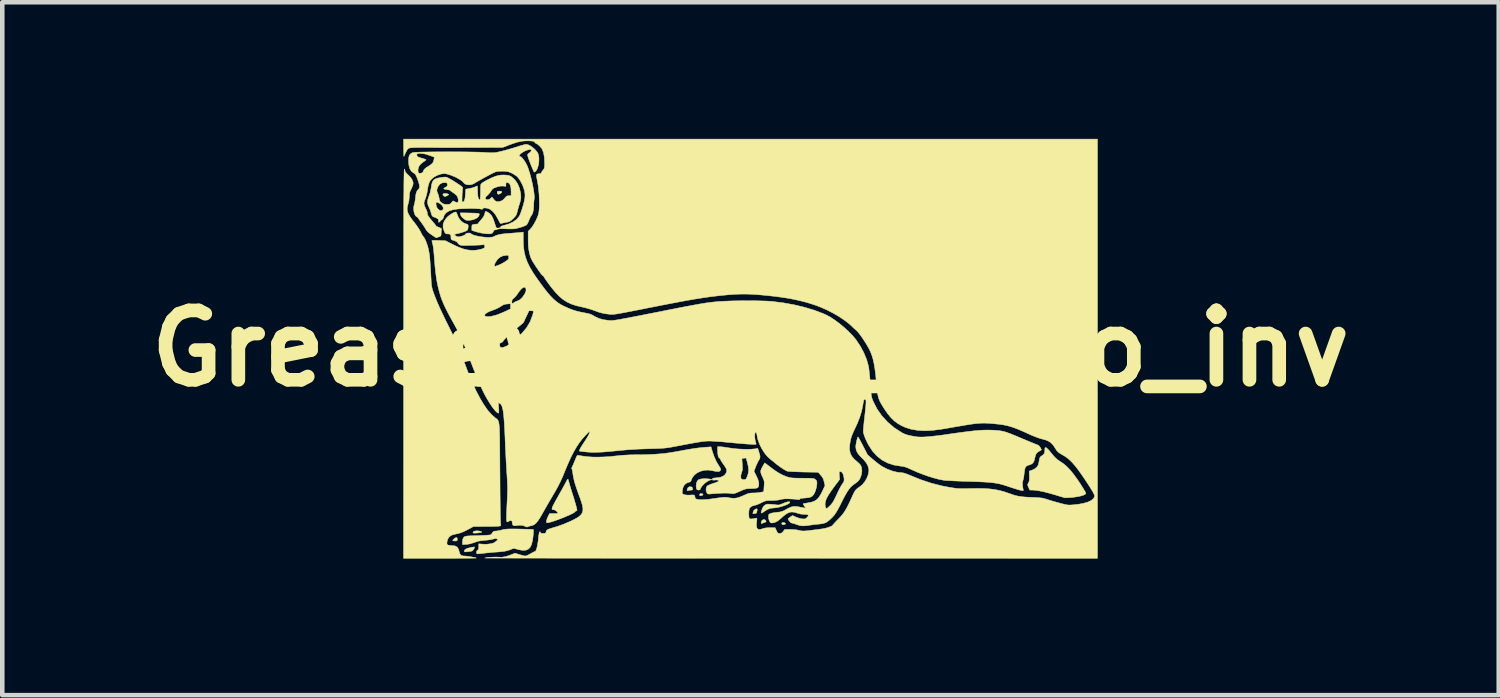
<source format=kicad_pcb>
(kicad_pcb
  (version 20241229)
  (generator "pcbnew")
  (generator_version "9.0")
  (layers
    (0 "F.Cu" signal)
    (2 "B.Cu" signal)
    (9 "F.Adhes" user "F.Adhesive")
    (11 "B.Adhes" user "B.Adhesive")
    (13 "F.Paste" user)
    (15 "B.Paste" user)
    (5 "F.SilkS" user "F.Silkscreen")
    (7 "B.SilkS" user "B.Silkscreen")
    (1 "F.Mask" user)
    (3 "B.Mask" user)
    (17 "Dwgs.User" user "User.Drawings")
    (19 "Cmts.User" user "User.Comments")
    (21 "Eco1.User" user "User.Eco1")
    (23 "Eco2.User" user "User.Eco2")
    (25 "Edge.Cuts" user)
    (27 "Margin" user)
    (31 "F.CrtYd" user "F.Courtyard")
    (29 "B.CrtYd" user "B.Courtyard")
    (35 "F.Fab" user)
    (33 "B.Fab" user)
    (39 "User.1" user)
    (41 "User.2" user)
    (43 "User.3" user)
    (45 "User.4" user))
  (footprint "Greaseweazle_Logo_inv"
    (layer "F.Cu")
    (at 13.433 4.602)
    (property "Reference" "Greaseweazle_Logo_inv" (at 0 0 0) (layer "F.SilkS") (effects (font (size 1.524 1.524) (thickness 0.3))))
    (attr through_hole)
    (fp_poly (pts (xy 0.751 3.829) (xy 0.766 3.842) (xy 0.766 3.858) (xy 0.754 3.866) (xy 0.717 3.874) (xy 0.693 3.866) (xy 0.686 3.848) (xy 0.692 3.829) (xy 0.715 3.823) (xy 0.723 3.823) (xy 0.751 3.829)) (stroke (width 0.01) (type solid)) (fill yes) (layer "F.SilkS"))
    (fp_poly (pts (xy -1.051 3.194) (xy -1.041 3.208) (xy -1.053 3.224) (xy -1.07 3.23) (xy -1.101 3.237) (xy -1.114 3.233) (xy -1.118 3.216) (xy -1.118 3.213) (xy -1.112 3.195) (xy -1.089 3.188) (xy -1.079 3.188) (xy -1.051 3.194)) (stroke (width 0.01) (type solid)) (fill yes) (layer "F.SilkS"))
    (fp_poly (pts (xy 0.327 3.77) (xy 0.342 3.797) (xy 0.343 3.805) (xy 0.331 3.814) (xy 0.298 3.827) (xy 0.257 3.841) (xy 0.237 3.845) (xy 0.232 3.835) (xy 0.236 3.814) (xy 0.251 3.778) (xy 0.277 3.762) (xy 0.3 3.759) (xy 0.327 3.77)) (stroke (width 0.01) (type solid)) (fill yes) (layer "F.SilkS"))
    (fp_poly (pts (xy -5.476 -3.451) (xy -5.462 -3.441) (xy -5.461 -3.436) (xy -5.472 -3.417) (xy -5.497 -3.399) (xy -5.526 -3.388) (xy -5.547 -3.387) (xy -5.559 -3.403) (xy -5.563 -3.424) (xy -5.56 -3.444) (xy -5.546 -3.452) (xy -5.515 -3.454) (xy -5.512 -3.454) (xy -5.476 -3.451)) (stroke (width 0.01) (type solid)) (fill yes) (layer "F.SilkS"))
    (fp_poly (pts (xy -6.674 -3.4) (xy -6.645 -3.392) (xy -6.629 -3.382) (xy -6.63 -3.374) (xy -6.644 -3.365) (xy -6.671 -3.351) (xy -6.674 -3.349) (xy -6.704 -3.337) (xy -6.725 -3.34) (xy -6.734 -3.346) (xy -6.756 -3.37) (xy -6.754 -3.39) (xy -6.73 -3.402) (xy -6.709 -3.403) (xy -6.674 -3.4)) (stroke (width 0.01) (type solid)) (fill yes) (layer "F.SilkS"))
    (fp_poly (pts (xy -6.444 4.161) (xy -6.439 4.19) (xy -6.439 4.191) (xy -6.441 4.215) (xy -6.452 4.226) (xy -6.479 4.229) (xy -6.49 4.229) (xy -6.522 4.227) (xy -6.539 4.221) (xy -6.54 4.219) (xy -6.531 4.2) (xy -6.508 4.178) (xy -6.481 4.16) (xy -6.46 4.153) (xy -6.444 4.161)) (stroke (width 0.01) (type solid)) (fill yes) (layer "F.SilkS"))
    (fp_poly (pts (xy -5.967 4.009) (xy -5.937 4.015) (xy -5.907 4.026) (xy -5.904 4.036) (xy -5.925 4.044) (xy -5.972 4.051) (xy -6.01 4.055) (xy -6.056 4.057) (xy -6.082 4.056) (xy -6.093 4.05) (xy -6.096 4.039) (xy -6.085 4.023) (xy -6.055 4.011) (xy -6.014 4.006) (xy -5.967 4.009)) (stroke (width 0.01) (type solid)) (fill yes) (layer "F.SilkS"))
    (fp_poly (pts (xy -1.287 3.045) (xy -1.275 3.064) (xy -1.272 3.077) (xy -1.273 3.102) (xy -1.287 3.111) (xy -1.293 3.111) (xy -1.323 3.114) (xy -1.359 3.12) (xy -1.386 3.124) (xy -1.395 3.118) (xy -1.391 3.098) (xy -1.391 3.098) (xy -1.373 3.058) (xy -1.347 3.04) (xy -1.316 3.038) (xy -1.287 3.045)) (stroke (width 0.01) (type solid)) (fill yes) (layer "F.SilkS"))
    (fp_poly (pts (xy 0.147 3.53) (xy 0.145 3.557) (xy 0.144 3.565) (xy 0.138 3.598) (xy 0.132 3.615) (xy 0.117 3.622) (xy 0.089 3.628) (xy 0.061 3.632) (xy 0.052 3.626) (xy 0.055 3.604) (xy 0.056 3.599) (xy 0.074 3.557) (xy 0.105 3.532) (xy 0.123 3.525) (xy 0.141 3.522) (xy 0.147 3.53)) (stroke (width 0.01) (type solid)) (fill yes) (layer "F.SilkS"))
    (fp_poly (pts (xy -6.062 4.361) (xy -6.062 4.376) (xy -6.074 4.401) (xy -6.092 4.428) (xy -6.111 4.446) (xy -6.118 4.45) (xy -6.143 4.455) (xy -6.182 4.461) (xy -6.213 4.465) (xy -6.256 4.469) (xy -6.278 4.467) (xy -6.286 4.459) (xy -6.287 4.455) (xy -6.278 4.428) (xy -6.252 4.405) (xy -6.204 4.387) (xy -6.161 4.376) (xy -6.116 4.367) (xy -6.081 4.361) (xy -6.063 4.36) (xy -6.062 4.361)) (stroke (width 0.01) (type solid)) (fill yes) (layer "F.SilkS"))
    (fp_poly (pts (xy -0.922 2.866) (xy -0.914 2.867) (xy -0.845 2.878) (xy -0.903 2.898) (xy -0.952 2.923) (xy -1.003 2.96) (xy -1.049 3.004) (xy -1.083 3.049) (xy -1.093 3.071) (xy -1.108 3.1) (xy -1.13 3.111) (xy -1.143 3.111) (xy -1.172 3.105) (xy -1.186 3.083) (xy -1.195 3.02) (xy -1.188 2.961) (xy -1.169 2.913) (xy -1.141 2.884) (xy -1.103 2.871) (xy -1.049 2.862) (xy -0.986 2.861) (xy -0.922 2.866)) (stroke (width 0.01) (type solid)) (fill yes) (layer "F.SilkS"))
    (fp_poly (pts (xy -6.325 -2.977) (xy -6.274 -2.976) (xy -6.21 -2.975) (xy -6.163 -2.974) (xy -6.086 -2.972) (xy -6.031 -2.97) (xy -5.995 -2.968) (xy -5.972 -2.964) (xy -5.961 -2.959) (xy -5.957 -2.951) (xy -5.956 -2.941) (xy -5.968 -2.904) (xy -6.001 -2.87) (xy -6.051 -2.842) (xy -6.113 -2.822) (xy -6.16 -2.814) (xy -6.205 -2.811) (xy -6.236 -2.813) (xy -6.261 -2.823) (xy -6.292 -2.844) (xy -6.301 -2.851) (xy -6.344 -2.891) (xy -6.366 -2.928) (xy -6.368 -2.936) (xy -6.372 -2.964) (xy -6.373 -2.977) (xy -6.372 -2.977) (xy -6.359 -2.978) (xy -6.325 -2.977)) (stroke (width 0.01) (type solid)) (fill yes) (layer "F.SilkS"))
    (fp_poly (pts (xy 0.862 3.372) (xy 0.862 3.384) (xy 0.847 3.403) (xy 0.811 3.424) (xy 0.761 3.445) (xy 0.701 3.466) (xy 0.637 3.484) (xy 0.572 3.497) (xy 0.514 3.504) (xy 0.492 3.505) (xy 0.428 3.514) (xy 0.363 3.541) (xy 0.293 3.587) (xy 0.258 3.611) (xy 0.239 3.617) (xy 0.233 3.606) (xy 0.237 3.585) (xy 0.261 3.511) (xy 0.292 3.461) (xy 0.333 3.431) (xy 0.364 3.421) (xy 0.396 3.42) (xy 0.444 3.422) (xy 0.499 3.427) (xy 0.515 3.429) (xy 0.568 3.436) (xy 0.605 3.439) (xy 0.634 3.436) (xy 0.663 3.426) (xy 0.7 3.411) (xy 0.747 3.391) (xy 0.793 3.376) (xy 0.821 3.369) (xy 0.851 3.366) (xy 0.862 3.372)) (stroke (width 0.01) (type solid)) (fill yes) (layer "F.SilkS"))
    (fp_poly (pts (xy -4.004 2.881) (xy -3.995 2.91) (xy -3.988 2.937) (xy -3.978 2.973) (xy -3.963 3.026) (xy -3.943 3.092) (xy -3.921 3.163) (xy -3.911 3.194) (xy -3.884 3.278) (xy -3.86 3.359) (xy -3.839 3.431) (xy -3.823 3.492) (xy -3.813 3.537) (xy -3.81 3.559) (xy -3.82 3.568) (xy -3.828 3.569) (xy -3.848 3.578) (xy -3.862 3.595) (xy -3.881 3.61) (xy -3.92 3.631) (xy -3.975 3.657) (xy -4.041 3.686) (xy -4.114 3.717) (xy -4.191 3.746) (xy -4.266 3.774) (xy -4.335 3.798) (xy -4.395 3.816) (xy -4.441 3.827) (xy -4.442 3.827) (xy -4.47 3.83) (xy -4.481 3.822) (xy -4.483 3.799) (xy -4.477 3.769) (xy -4.463 3.727) (xy -4.448 3.695) (xy -4.413 3.626) (xy -4.321 3.627) (xy -4.277 3.626) (xy -4.244 3.622) (xy -4.229 3.617) (xy -4.229 3.617) (xy -4.239 3.596) (xy -4.264 3.572) (xy -4.295 3.552) (xy -4.322 3.543) (xy -4.323 3.543) (xy -4.341 3.542) (xy -4.354 3.538) (xy -4.36 3.528) (xy -4.359 3.511) (xy -4.35 3.483) (xy -4.331 3.443) (xy -4.303 3.388) (xy -4.263 3.317) (xy -4.213 3.227) (xy -4.191 3.188) (xy -4.152 3.119) (xy -4.116 3.053) (xy -4.084 2.996) (xy -4.061 2.952) (xy -4.05 2.931) (xy -4.032 2.897) (xy -4.018 2.875) (xy -4.012 2.87) (xy -4.004 2.881)) (stroke (width 0.01) (type solid)) (fill yes) (layer "F.SilkS"))
    (fp_poly (pts (xy 6.513 2.195) (xy 6.548 2.23) (xy 6.595 2.286) (xy 6.61 2.304) (xy 6.661 2.366) (xy 6.705 2.411) (xy 6.746 2.446) (xy 6.79 2.476) (xy 6.799 2.482) (xy 6.875 2.533) (xy 6.948 2.596) (xy 7.022 2.673) (xy 7.1 2.769) (xy 7.183 2.884) (xy 7.222 2.942) (xy 7.265 3.009) (xy 7.303 3.069) (xy 7.334 3.12) (xy 7.356 3.158) (xy 7.366 3.179) (xy 7.366 3.181) (xy 7.354 3.201) (xy 7.318 3.221) (xy 7.262 3.239) (xy 7.188 3.255) (xy 7.098 3.268) (xy 7.035 3.274) (xy 6.983 3.278) (xy 6.937 3.28) (xy 6.907 3.279) (xy 6.902 3.279) (xy 6.882 3.274) (xy 6.842 3.262) (xy 6.787 3.246) (xy 6.724 3.227) (xy 6.695 3.218) (xy 6.573 3.183) (xy 6.458 3.153) (xy 6.356 3.131) (xy 6.269 3.117) (xy 6.202 3.112) (xy 6.198 3.111) (xy 6.133 3.111) (xy 6.106 3.052) (xy 6.092 3.017) (xy 6.087 2.994) (xy 6.092 2.975) (xy 6.104 2.954) (xy 6.116 2.928) (xy 6.123 2.896) (xy 6.125 2.852) (xy 6.125 2.804) (xy 6.122 2.694) (xy 6.185 2.673) (xy 6.24 2.647) (xy 6.284 2.611) (xy 6.285 2.61) (xy 6.304 2.585) (xy 6.318 2.561) (xy 6.328 2.529) (xy 6.337 2.484) (xy 6.344 2.44) (xy 6.354 2.401) (xy 6.373 2.375) (xy 6.396 2.36) (xy 6.434 2.332) (xy 6.455 2.299) (xy 6.464 2.254) (xy 6.464 2.229) (xy 6.466 2.195) (xy 6.474 2.178) (xy 6.489 2.177) (xy 6.513 2.195)) (stroke (width 0.01) (type solid)) (fill yes) (layer "F.SilkS"))
    (fp_poly (pts (xy -5.192 3.965) (xy -5.102 3.966) (xy -5.07 3.967) (xy -4.986 3.969) (xy -4.91 3.971) (xy -4.848 3.973) (xy -4.801 3.975) (xy -4.773 3.977) (xy -4.768 3.978) (xy -4.766 3.993) (xy -4.767 4.027) (xy -4.771 4.075) (xy -4.774 4.12) (xy -4.789 4.226) (xy -4.811 4.31) (xy -4.842 4.371) (xy -4.884 4.411) (xy -4.938 4.432) (xy -5.005 4.435) (xy -5.087 4.421) (xy -5.116 4.413) (xy -5.196 4.39) (xy -5.293 4.426) (xy -5.344 4.442) (xy -5.395 4.454) (xy -5.453 4.462) (xy -5.526 4.469) (xy -5.563 4.472) (xy -5.641 4.477) (xy -5.725 4.485) (xy -5.804 4.492) (xy -5.862 4.499) (xy -5.918 4.506) (xy -5.964 4.51) (xy -5.995 4.512) (xy -6.005 4.511) (xy -6.018 4.496) (xy -6.018 4.47) (xy -6.008 4.444) (xy -5.994 4.432) (xy -5.978 4.418) (xy -5.971 4.393) (xy -5.969 4.355) (xy -5.969 4.291) (xy -5.89 4.299) (xy -5.829 4.301) (xy -5.765 4.298) (xy -5.704 4.289) (xy -5.653 4.277) (xy -5.62 4.261) (xy -5.615 4.257) (xy -5.586 4.233) (xy -5.568 4.22) (xy -5.551 4.207) (xy -5.556 4.196) (xy -5.566 4.186) (xy -5.584 4.176) (xy -5.605 4.176) (xy -5.639 4.184) (xy -5.649 4.187) (xy -5.688 4.196) (xy -5.743 4.205) (xy -5.806 4.212) (xy -5.842 4.215) (xy -5.92 4.224) (xy -5.981 4.235) (xy -6.036 4.252) (xy -6.058 4.261) (xy -6.167 4.294) (xy -6.233 4.303) (xy -6.325 4.309) (xy -6.325 4.244) (xy -6.321 4.197) (xy -6.308 4.165) (xy -6.296 4.149) (xy -6.286 4.139) (xy -6.274 4.131) (xy -6.257 4.126) (xy -6.232 4.121) (xy -6.194 4.118) (xy -6.141 4.115) (xy -6.069 4.113) (xy -6 4.111) (xy -5.919 4.108) (xy -5.845 4.105) (xy -5.784 4.102) (xy -5.739 4.098) (xy -5.713 4.095) (xy -5.71 4.095) (xy -5.689 4.078) (xy -5.67 4.05) (xy -5.65 4.023) (xy -5.621 4.014) (xy -5.609 4.013) (xy -5.576 4.01) (xy -5.529 4.002) (xy -5.475 3.99) (xy -5.466 3.988) (xy -5.431 3.979) (xy -5.398 3.973) (xy -5.361 3.969) (xy -5.318 3.966) (xy -5.263 3.965) (xy -5.192 3.965)) (stroke (width 0.01) (type solid)) (fill yes) (layer "F.SilkS"))
    (fp_poly (pts (xy -0.638 2.161) (xy -0.587 2.167) (xy -0.525 2.176) (xy -0.465 2.186) (xy -0.379 2.198) (xy -0.281 2.208) (xy -0.18 2.213) (xy -0.081 2.216) (xy 0.008 2.214) (xy 0.081 2.208) (xy 0.095 2.206) (xy 0.159 2.196) (xy 0.188 2.285) (xy 0.205 2.343) (xy 0.21 2.385) (xy 0.202 2.421) (xy 0.182 2.458) (xy 0.176 2.465) (xy 0.161 2.493) (xy 0.141 2.536) (xy 0.119 2.586) (xy 0.115 2.598) (xy 0.076 2.698) (xy 0.128 2.801) (xy 0.158 2.865) (xy 0.175 2.916) (xy 0.182 2.962) (xy 0.182 2.969) (xy 0.181 3.012) (xy 0.173 3.042) (xy 0.154 3.061) (xy 0.121 3.071) (xy 0.068 3.076) (xy 0.017 3.078) (xy -0.039 3.08) (xy -0.082 3.083) (xy -0.12 3.091) (xy -0.16 3.105) (xy -0.211 3.127) (xy -0.237 3.139) (xy -0.295 3.164) (xy -0.335 3.18) (xy -0.365 3.189) (xy -0.39 3.191) (xy -0.417 3.188) (xy -0.434 3.185) (xy -0.478 3.18) (xy -0.542 3.178) (xy -0.619 3.179) (xy -0.704 3.183) (xy -0.79 3.188) (xy -0.865 3.195) (xy -0.907 3.199) (xy -0.931 3.196) (xy -0.947 3.186) (xy -0.957 3.174) (xy -0.974 3.133) (xy -0.977 3.085) (xy -0.966 3.043) (xy -0.953 3.023) (xy -0.93 3.008) (xy -0.889 2.99) (xy -0.839 2.971) (xy -0.821 2.966) (xy -0.755 2.944) (xy -0.713 2.925) (xy -0.695 2.909) (xy -0.701 2.898) (xy -0.72 2.892) (xy -0.758 2.889) (xy -0.796 2.892) (xy -0.825 2.894) (xy -0.837 2.887) (xy -0.838 2.874) (xy -0.835 2.86) (xy -0.823 2.852) (xy -0.797 2.846) (xy -0.751 2.842) (xy -0.744 2.841) (xy -0.666 2.831) (xy -0.655 2.827) (xy -0.214 2.827) (xy -0.205 2.862) (xy -0.2 2.868) (xy -0.177 2.878) (xy -0.143 2.881) (xy -0.14 2.88) (xy -0.115 2.877) (xy -0.098 2.867) (xy -0.085 2.844) (xy -0.069 2.805) (xy -0.067 2.8) (xy -0.048 2.733) (xy -0.041 2.668) (xy -0.048 2.598) (xy -0.067 2.514) (xy -0.069 2.508) (xy -0.097 2.407) (xy -0.141 2.411) (xy -0.171 2.415) (xy -0.187 2.418) (xy -0.187 2.418) (xy -0.188 2.431) (xy -0.186 2.464) (xy -0.183 2.511) (xy -0.181 2.541) (xy -0.177 2.604) (xy -0.177 2.648) (xy -0.182 2.683) (xy -0.192 2.716) (xy -0.193 2.718) (xy -0.21 2.777) (xy -0.214 2.827) (xy -0.655 2.827) (xy -0.609 2.811) (xy -0.567 2.78) (xy -0.546 2.752) (xy -0.526 2.712) (xy -0.523 2.674) (xy -0.536 2.633) (xy -0.567 2.583) (xy -0.581 2.563) (xy -0.613 2.518) (xy -0.641 2.476) (xy -0.658 2.444) (xy -0.659 2.441) (xy -0.675 2.414) (xy -0.69 2.401) (xy -0.692 2.4) (xy -0.702 2.388) (xy -0.712 2.356) (xy -0.719 2.309) (xy -0.723 2.251) (xy -0.724 2.213) (xy -0.724 2.159) (xy -0.671 2.159) (xy -0.638 2.161)) (stroke (width 0.01) (type solid)) (fill yes) (layer "F.SilkS"))
    (fp_poly (pts (xy -7.599 -3.937) (xy -7.598 -3.934) (xy -7.583 -3.887) (xy -7.562 -3.852) (xy -7.528 -3.819) (xy -7.518 -3.81) (xy -7.465 -3.756) (xy -7.428 -3.699) (xy -7.41 -3.644) (xy -7.411 -3.604) (xy -7.422 -3.57) (xy -7.44 -3.525) (xy -7.456 -3.493) (xy -7.478 -3.447) (xy -7.489 -3.405) (xy -7.493 -3.353) (xy -7.493 -3.337) (xy -7.502 -3.243) (xy -7.52 -3.171) (xy -7.536 -3.113) (xy -7.541 -3.06) (xy -7.534 -3.008) (xy -7.514 -2.954) (xy -7.478 -2.893) (xy -7.427 -2.821) (xy -7.386 -2.769) (xy -7.342 -2.711) (xy -7.299 -2.649) (xy -7.263 -2.592) (xy -7.244 -2.556) (xy -7.222 -2.512) (xy -7.202 -2.478) (xy -7.189 -2.459) (xy -7.187 -2.457) (xy -7.171 -2.437) (xy -7.15 -2.399) (xy -7.127 -2.349) (xy -7.106 -2.292) (xy -7.088 -2.234) (xy -7.087 -2.233) (xy -7.074 -2.177) (xy -7.062 -2.12) (xy -7.052 -2.058) (xy -7.044 -1.986) (xy -7.037 -1.901) (xy -7.03 -1.8) (xy -7.023 -1.677) (xy -7.022 -1.65) (xy -7.017 -1.555) (xy -7.013 -1.48) (xy -7.009 -1.423) (xy -7.004 -1.377) (xy -6.997 -1.34) (xy -6.989 -1.305) (xy -6.978 -1.27) (xy -6.964 -1.229) (xy -6.963 -1.226) (xy -6.935 -1.149) (xy -6.902 -1.067) (xy -6.864 -0.976) (xy -6.818 -0.873) (xy -6.763 -0.757) (xy -6.7 -0.625) (xy -6.625 -0.475) (xy -6.596 -0.416) (xy -6.539 -0.301) (xy -6.491 -0.202) (xy -6.45 -0.114) (xy -6.414 -0.031) (xy -6.38 0.053) (xy -6.345 0.142) (xy -6.308 0.244) (xy -6.292 0.289) (xy -6.204 0.524) (xy -6.116 0.737) (xy -6.029 0.927) (xy -5.941 1.095) (xy -5.855 1.239) (xy -5.77 1.36) (xy -5.686 1.455) (xy -5.61 1.522) (xy -5.593 1.535) (xy -5.578 1.545) (xy -5.565 1.556) (xy -5.553 1.569) (xy -5.543 1.585) (xy -5.535 1.606) (xy -5.528 1.633) (xy -5.522 1.669) (xy -5.518 1.715) (xy -5.514 1.772) (xy -5.512 1.842) (xy -5.509 1.927) (xy -5.508 2.028) (xy -5.507 2.148) (xy -5.506 2.287) (xy -5.505 2.447) (xy -5.504 2.63) (xy -5.503 2.743) (xy -5.502 2.908) (xy -5.501 3.066) (xy -5.5 3.215) (xy -5.498 3.353) (xy -5.497 3.479) (xy -5.495 3.59) (xy -5.493 3.685) (xy -5.491 3.762) (xy -5.49 3.818) (xy -5.488 3.853) (xy -5.487 3.863) (xy -5.482 3.885) (xy -5.49 3.896) (xy -5.517 3.903) (xy -5.522 3.904) (xy -5.549 3.906) (xy -5.597 3.908) (xy -5.66 3.91) (xy -5.735 3.911) (xy -5.816 3.911) (xy -5.827 3.911) (xy -6.086 3.912) (xy -6.217 3.982) (xy -6.299 4.023) (xy -6.369 4.051) (xy -6.435 4.069) (xy -6.447 4.071) (xy -6.5 4.083) (xy -6.548 4.097) (xy -6.582 4.111) (xy -6.584 4.112) (xy -6.625 4.149) (xy -6.655 4.202) (xy -6.667 4.261) (xy -6.667 4.269) (xy -6.665 4.3) (xy -6.653 4.315) (xy -6.628 4.323) (xy -6.585 4.329) (xy -6.546 4.331) (xy -6.487 4.338) (xy -6.444 4.363) (xy -6.414 4.407) (xy -6.396 4.47) (xy -6.38 4.518) (xy -6.352 4.547) (xy -6.307 4.558) (xy -6.286 4.559) (xy -6.25 4.561) (xy -6.202 4.567) (xy -6.149 4.575) (xy -6.098 4.584) (xy -6.055 4.592) (xy -6.028 4.6) (xy -6.022 4.603) (xy -6.033 4.605) (xy -6.068 4.606) (xy -6.123 4.607) (xy -6.198 4.608) (xy -6.29 4.608) (xy -6.396 4.609) (xy -6.515 4.61) (xy -6.645 4.61) (xy -6.783 4.61) (xy -6.818 4.61) (xy -7.62 4.61) (xy -7.619 0.302) (xy -7.619 -0.093) (xy -7.618 -0.463) (xy -7.618 -0.81) (xy -7.618 -1.133) (xy -7.618 -1.434) (xy -7.618 -1.713) (xy -7.618 -1.971) (xy -7.617 -2.21) (xy -7.617 -2.429) (xy -7.617 -2.629) (xy -7.616 -2.812) (xy -7.616 -2.978) (xy -7.615 -3.127) (xy -7.615 -3.261) (xy -7.614 -3.381) (xy -7.613 -3.486) (xy -7.613 -3.578) (xy -7.612 -3.658) (xy -7.611 -3.725) (xy -7.61 -3.782) (xy -7.609 -3.829) (xy -7.608 -3.867) (xy -7.607 -3.896) (xy -7.605 -3.916) (xy -7.604 -3.93) (xy -7.602 -3.938) (xy -7.601 -3.94) (xy -7.599 -3.937)) (stroke (width 0.01) (type solid)) (fill yes) (layer "F.SilkS"))
    (fp_poly (pts (xy -5.397 -3.808) (xy -5.343 -3.804) (xy -5.304 -3.797) (xy -5.274 -3.784) (xy -5.244 -3.766) (xy -5.173 -3.701) (xy -5.116 -3.618) (xy -5.074 -3.519) (xy -5.049 -3.41) (xy -5.045 -3.371) (xy -5.043 -3.317) (xy -5.047 -3.271) (xy -5.059 -3.221) (xy -5.072 -3.18) (xy -5.091 -3.12) (xy -5.109 -3.056) (xy -5.123 -3.002) (xy -5.123 -3) (xy -5.136 -2.954) (xy -5.151 -2.92) (xy -5.177 -2.887) (xy -5.212 -2.851) (xy -5.258 -2.81) (xy -5.296 -2.785) (xy -5.33 -2.775) (xy -5.376 -2.767) (xy -5.425 -2.757) (xy -5.432 -2.755) (xy -5.466 -2.748) (xy -5.488 -2.744) (xy -5.492 -2.743) (xy -5.5 -2.754) (xy -5.516 -2.782) (xy -5.537 -2.822) (xy -5.544 -2.838) (xy -5.598 -2.932) (xy -5.655 -3.004) (xy -5.714 -3.052) (xy -5.733 -3.062) (xy -5.776 -3.077) (xy -5.819 -3.085) (xy -5.854 -3.085) (xy -5.876 -3.077) (xy -5.88 -3.068) (xy -5.885 -3.058) (xy -5.905 -3.057) (xy -5.928 -3.062) (xy -5.964 -3.067) (xy -6.021 -3.07) (xy -6.091 -3.072) (xy -6.171 -3.072) (xy -6.253 -3.071) (xy -6.334 -3.068) (xy -6.406 -3.064) (xy -6.435 -3.061) (xy -6.54 -3.045) (xy -6.624 -3.017) (xy -6.685 -2.978) (xy -6.725 -2.928) (xy -6.739 -2.887) (xy -6.753 -2.851) (xy -6.774 -2.83) (xy -6.803 -2.808) (xy -6.817 -2.792) (xy -6.838 -2.771) (xy -6.852 -2.772) (xy -6.854 -2.793) (xy -6.853 -2.8) (xy -6.851 -2.824) (xy -6.865 -2.843) (xy -6.886 -2.857) (xy -6.919 -2.874) (xy -6.945 -2.883) (xy -6.948 -2.883) (xy -6.977 -2.895) (xy -7.001 -2.928) (xy -7.016 -2.977) (xy -7.016 -2.977) (xy -7.028 -3.02) (xy -7.046 -3.068) (xy -7.056 -3.088) (xy -7.084 -3.152) (xy -7.093 -3.199) (xy -6.907 -3.199) (xy -6.907 -3.167) (xy -6.905 -3.153) (xy -6.895 -3.106) (xy -6.873 -3.072) (xy -6.859 -3.058) (xy -6.828 -3.033) (xy -6.804 -3.024) (xy -6.78 -3.03) (xy -6.768 -3.036) (xy -6.749 -3.058) (xy -6.748 -3.09) (xy -6.763 -3.125) (xy -6.792 -3.16) (xy -6.832 -3.188) (xy -6.874 -3.207) (xy -6.897 -3.211) (xy -6.907 -3.199) (xy -7.093 -3.199) (xy -7.095 -3.207) (xy -7.089 -3.262) (xy -7.068 -3.327) (xy -7.064 -3.337) (xy -7.033 -3.427) (xy -7.025 -3.468) (xy -6.889 -3.468) (xy -6.882 -3.435) (xy -6.871 -3.411) (xy -6.855 -3.368) (xy -6.842 -3.317) (xy -6.838 -3.298) (xy -6.83 -3.254) (xy -6.815 -3.225) (xy -6.787 -3.199) (xy -6.785 -3.197) (xy -6.75 -3.175) (xy -6.714 -3.165) (xy -6.67 -3.162) (xy -6.627 -3.164) (xy -6.6 -3.171) (xy -6.579 -3.188) (xy -6.567 -3.202) (xy -6.534 -3.241) (xy -6.486 -3.218) (xy -6.454 -3.204) (xy -6.436 -3.203) (xy -6.425 -3.213) (xy -6.425 -3.214) (xy -6.417 -3.243) (xy -6.421 -3.285) (xy -6.434 -3.328) (xy -6.446 -3.349) (xy -6.468 -3.373) (xy -6.504 -3.402) (xy -6.529 -3.419) (xy -6.563 -3.442) (xy -6.585 -3.46) (xy -6.591 -3.468) (xy -6.603 -3.475) (xy -6.632 -3.482) (xy -6.661 -3.487) (xy -6.701 -3.493) (xy -6.729 -3.501) (xy -6.738 -3.507) (xy -6.732 -3.518) (xy -6.71 -3.534) (xy -6.699 -3.539) (xy -6.669 -3.557) (xy -6.658 -3.575) (xy -6.657 -3.6) (xy -6.664 -3.627) (xy -6.68 -3.639) (xy -6.704 -3.643) (xy -6.767 -3.637) (xy -6.82 -3.609) (xy -6.86 -3.561) (xy -6.883 -3.506) (xy -6.889 -3.468) (xy -7.025 -3.468) (xy -7.013 -3.529) (xy -7.012 -3.539) (xy -7.001 -3.609) (xy -6.985 -3.661) (xy -6.96 -3.697) (xy -6.922 -3.723) (xy -6.868 -3.741) (xy -6.793 -3.754) (xy -6.773 -3.757) (xy -6.726 -3.763) (xy -6.693 -3.763) (xy -6.665 -3.755) (xy -6.631 -3.739) (xy -6.617 -3.731) (xy -6.576 -3.707) (xy -6.522 -3.675) (xy -6.463 -3.638) (xy -6.429 -3.616) (xy -6.375 -3.58) (xy -6.34 -3.554) (xy -6.323 -3.536) (xy -6.319 -3.522) (xy -6.32 -3.519) (xy -6.324 -3.499) (xy -6.328 -3.459) (xy -6.332 -3.406) (xy -6.334 -3.356) (xy -6.336 -3.293) (xy -6.336 -3.252) (xy -6.334 -3.228) (xy -6.329 -3.216) (xy -6.32 -3.213) (xy -6.298 -3.223) (xy -6.281 -3.254) (xy -6.269 -3.307) (xy -6.262 -3.384) (xy -6.262 -3.384) (xy -6.255 -3.497) (xy -6.17 -3.513) (xy -6.12 -3.524) (xy -6.074 -3.538) (xy -6.047 -3.549) (xy -6.019 -3.562) (xy -6.002 -3.569) (xy -6.001 -3.569) (xy -5.998 -3.557) (xy -5.996 -3.526) (xy -5.995 -3.48) (xy -5.994 -3.456) (xy -5.991 -3.378) (xy -5.983 -3.318) (xy -5.97 -3.28) (xy -5.952 -3.264) (xy -5.949 -3.264) (xy -5.941 -3.269) (xy -5.936 -3.285) (xy -5.933 -3.309) (xy -5.824 -3.309) (xy -5.823 -3.29) (xy -5.805 -3.269) (xy -5.775 -3.264) (xy -5.739 -3.273) (xy -5.709 -3.294) (xy -5.678 -3.325) (xy -5.644 -3.281) (xy -5.617 -3.251) (xy -5.591 -3.23) (xy -5.584 -3.227) (xy -5.546 -3.223) (xy -5.497 -3.231) (xy -5.452 -3.249) (xy -5.426 -3.269) (xy -5.398 -3.299) (xy -5.39 -3.309) (xy -5.364 -3.338) (xy -5.337 -3.35) (xy -5.307 -3.353) (xy -5.258 -3.353) (xy -5.258 -3.446) (xy -5.262 -3.528) (xy -5.276 -3.587) (xy -5.3 -3.625) (xy -5.334 -3.643) (xy -5.352 -3.645) (xy -5.367 -3.636) (xy -5.372 -3.607) (xy -5.372 -3.602) (xy -5.372 -3.56) (xy -5.435 -3.566) (xy -5.491 -3.565) (xy -5.552 -3.552) (xy -5.581 -3.542) (xy -5.629 -3.524) (xy -5.66 -3.506) (xy -5.682 -3.482) (xy -5.696 -3.459) (xy -5.726 -3.418) (xy -5.764 -3.376) (xy -5.78 -3.361) (xy -5.811 -3.331) (xy -5.824 -3.309) (xy -5.933 -3.309) (xy -5.933 -3.317) (xy -5.931 -3.369) (xy -5.931 -3.419) (xy -5.93 -3.482) (xy -5.928 -3.538) (xy -5.926 -3.58) (xy -5.923 -3.602) (xy -5.91 -3.621) (xy -5.876 -3.646) (xy -5.821 -3.678) (xy -5.781 -3.7) (xy -5.69 -3.744) (xy -5.614 -3.776) (xy -5.547 -3.796) (xy -5.484 -3.807) (xy -5.418 -3.809) (xy -5.397 -3.808)) (stroke (width 0.01) (type solid)) (fill yes) (layer "F.SilkS"))
    (fp_poly (pts (xy -4.884 -4.473) (xy -4.831 -4.447) (xy -4.777 -4.408) (xy -4.726 -4.361) (xy -4.685 -4.312) (xy -4.67 -4.287) (xy -4.654 -4.239) (xy -4.646 -4.18) (xy -4.647 -4.115) (xy -4.655 -4.049) (xy -4.669 -3.988) (xy -4.688 -3.935) (xy -4.712 -3.896) (xy -4.74 -3.875) (xy -4.751 -3.873) (xy -4.759 -3.885) (xy -4.773 -3.915) (xy -4.792 -3.958) (xy -4.814 -4.011) (xy -4.836 -4.068) (xy -4.858 -4.124) (xy -4.876 -4.174) (xy -4.889 -4.214) (xy -4.894 -4.232) (xy -4.896 -4.261) (xy -4.879 -4.279) (xy -4.878 -4.279) (xy -4.842 -4.305) (xy -4.818 -4.333) (xy -4.813 -4.351) (xy -4.823 -4.365) (xy -4.85 -4.368) (xy -4.89 -4.36) (xy -4.937 -4.344) (xy -4.986 -4.319) (xy -5.034 -4.288) (xy -5.038 -4.285) (xy -5.066 -4.258) (xy -5.079 -4.235) (xy -5.075 -4.22) (xy -5.062 -4.216) (xy -5.039 -4.206) (xy -5.009 -4.177) (xy -4.976 -4.134) (xy -4.942 -4.083) (xy -4.913 -4.029) (xy -4.901 -4.003) (xy -4.876 -3.934) (xy -4.85 -3.852) (xy -4.825 -3.761) (xy -4.802 -3.667) (xy -4.782 -3.573) (xy -4.766 -3.484) (xy -4.754 -3.404) (xy -4.748 -3.338) (xy -4.749 -3.291) (xy -4.751 -3.28) (xy -4.756 -3.244) (xy -4.76 -3.193) (xy -4.762 -3.136) (xy -4.762 -3.127) (xy -4.769 -3.032) (xy -4.788 -2.959) (xy -4.819 -2.909) (xy -4.833 -2.887) (xy -4.85 -2.85) (xy -4.865 -2.813) (xy -4.884 -2.769) (xy -4.904 -2.732) (xy -4.917 -2.714) (xy -4.94 -2.7) (xy -4.98 -2.683) (xy -5.031 -2.665) (xy -5.065 -2.655) (xy -5.117 -2.641) (xy -5.159 -2.631) (xy -5.2 -2.626) (xy -5.245 -2.624) (xy -5.302 -2.624) (xy -5.363 -2.626) (xy -5.445 -2.628) (xy -5.504 -2.627) (xy -5.539 -2.623) (xy -5.553 -2.618) (xy -5.576 -2.607) (xy -5.603 -2.603) (xy -5.632 -2.597) (xy -5.645 -2.575) (xy -5.646 -2.571) (xy -5.661 -2.542) (xy -5.678 -2.527) (xy -5.714 -2.517) (xy -5.77 -2.516) (xy -5.84 -2.522) (xy -5.918 -2.535) (xy -5.999 -2.554) (xy -6.061 -2.573) (xy -6.121 -2.593) (xy -6.121 -2.654) (xy -6.12 -2.691) (xy -6.114 -2.71) (xy -6.098 -2.719) (xy -6.082 -2.723) (xy -6.043 -2.728) (xy -6.012 -2.731) (xy -5.989 -2.735) (xy -5.982 -2.743) (xy -5.974 -2.757) (xy -5.952 -2.784) (xy -5.922 -2.818) (xy -5.918 -2.822) (xy -5.868 -2.885) (xy -5.838 -2.946) (xy -5.829 -2.994) (xy -5.821 -3.008) (xy -5.796 -3.004) (xy -5.756 -2.982) (xy -5.751 -2.979) (xy -5.714 -2.948) (xy -5.684 -2.911) (xy -5.658 -2.86) (xy -5.632 -2.791) (xy -5.62 -2.753) (xy -5.603 -2.7) (xy -5.591 -2.667) (xy -5.579 -2.649) (xy -5.566 -2.642) (xy -5.557 -2.642) (xy -5.516 -2.647) (xy -5.491 -2.66) (xy -5.486 -2.672) (xy -5.475 -2.683) (xy -5.446 -2.695) (xy -5.42 -2.701) (xy -5.309 -2.733) (xy -5.214 -2.778) (xy -5.137 -2.834) (xy -5.081 -2.9) (xy -5.052 -2.959) (xy -5.014 -3.071) (xy -4.986 -3.163) (xy -4.967 -3.24) (xy -4.956 -3.305) (xy -4.952 -3.362) (xy -4.956 -3.416) (xy -4.966 -3.469) (xy -4.971 -3.487) (xy -4.992 -3.552) (xy -5.022 -3.619) (xy -5.057 -3.683) (xy -5.094 -3.738) (xy -5.128 -3.778) (xy -5.142 -3.788) (xy -5.21 -3.832) (xy -5.266 -3.861) (xy -5.316 -3.879) (xy -5.369 -3.889) (xy -5.43 -3.892) (xy -5.448 -3.892) (xy -5.512 -3.891) (xy -5.559 -3.887) (xy -5.597 -3.878) (xy -5.632 -3.863) (xy -5.671 -3.844) (xy -5.725 -3.816) (xy -5.789 -3.782) (xy -5.858 -3.745) (xy -5.925 -3.707) (xy -5.987 -3.673) (xy -6.036 -3.644) (xy -6.069 -3.623) (xy -6.069 -3.623) (xy -6.117 -3.601) (xy -6.17 -3.592) (xy -6.223 -3.596) (xy -6.268 -3.61) (xy -6.298 -3.636) (xy -6.3 -3.64) (xy -6.325 -3.669) (xy -6.37 -3.701) (xy -6.428 -3.736) (xy -6.495 -3.769) (xy -6.564 -3.798) (xy -6.632 -3.821) (xy -6.691 -3.836) (xy -6.731 -3.84) (xy -6.802 -3.829) (xy -6.879 -3.802) (xy -6.95 -3.764) (xy -6.994 -3.73) (xy -7.028 -3.693) (xy -7.054 -3.648) (xy -7.074 -3.593) (xy -7.089 -3.52) (xy -7.098 -3.459) (xy -7.109 -3.396) (xy -7.128 -3.328) (xy -7.144 -3.282) (xy -7.162 -3.235) (xy -7.17 -3.203) (xy -7.17 -3.176) (xy -7.164 -3.147) (xy -7.163 -3.144) (xy -7.147 -3.1) (xy -7.127 -3.058) (xy -7.123 -3.053) (xy -7.107 -3.016) (xy -7.099 -2.981) (xy -7.099 -2.979) (xy -7.097 -2.952) (xy -7.088 -2.926) (xy -7.069 -2.894) (xy -7.039 -2.854) (xy -6.993 -2.801) (xy -6.99 -2.796) (xy -6.955 -2.756) (xy -6.928 -2.722) (xy -6.912 -2.699) (xy -6.909 -2.693) (xy -6.898 -2.683) (xy -6.87 -2.669) (xy -6.845 -2.659) (xy -6.807 -2.644) (xy -6.789 -2.631) (xy -6.786 -2.616) (xy -6.787 -2.61) (xy -6.792 -2.582) (xy -6.794 -2.541) (xy -6.794 -2.525) (xy -6.796 -2.489) (xy -6.804 -2.469) (xy -6.825 -2.456) (xy -6.849 -2.448) (xy -6.904 -2.429) (xy -7.003 -2.495) (xy -7.057 -2.534) (xy -7.095 -2.567) (xy -7.123 -2.603) (xy -7.138 -2.629) (xy -7.165 -2.673) (xy -7.201 -2.726) (xy -7.237 -2.776) (xy -7.239 -2.778) (xy -7.268 -2.818) (xy -7.291 -2.85) (xy -7.302 -2.869) (xy -7.303 -2.871) (xy -7.313 -2.882) (xy -7.329 -2.89) (xy -7.354 -2.91) (xy -7.376 -2.948) (xy -7.391 -2.999) (xy -7.398 -3.054) (xy -7.397 -3.107) (xy -7.387 -3.15) (xy -7.377 -3.183) (xy -7.368 -3.233) (xy -7.36 -3.289) (xy -7.359 -3.302) (xy -7.351 -3.373) (xy -7.339 -3.425) (xy -7.321 -3.463) (xy -7.295 -3.494) (xy -7.29 -3.498) (xy -7.275 -3.52) (xy -7.269 -3.551) (xy -7.274 -3.594) (xy -7.29 -3.653) (xy -7.316 -3.728) (xy -7.337 -3.78) (xy -7.355 -3.814) (xy -7.373 -3.836) (xy -7.397 -3.852) (xy -7.402 -3.855) (xy -7.45 -3.893) (xy -7.483 -3.949) (xy -7.503 -4.024) (xy -7.51 -4.107) (xy -7.508 -4.179) (xy -7.496 -4.231) (xy -7.486 -4.248) (xy -7.328 -4.248) (xy -7.325 -4.229) (xy -7.315 -4.215) (xy -7.293 -4.202) (xy -7.255 -4.189) (xy -7.198 -4.172) (xy -7.159 -4.16) (xy -7.133 -4.149) (xy -7.125 -4.143) (xy -7.135 -4.132) (xy -7.16 -4.112) (xy -7.185 -4.096) (xy -7.247 -4.046) (xy -7.286 -3.991) (xy -7.302 -3.932) (xy -7.303 -3.923) (xy -7.3 -3.878) (xy -7.292 -3.853) (xy -7.273 -3.845) (xy -7.243 -3.847) (xy -7.21 -3.857) (xy -7.192 -3.877) (xy -7.184 -3.899) (xy -7.17 -3.926) (xy -7.147 -3.951) (xy -7.109 -3.979) (xy -7.083 -3.995) (xy -7.028 -4.03) (xy -6.991 -4.061) (xy -6.969 -4.092) (xy -6.956 -4.129) (xy -6.952 -4.15) (xy -6.944 -4.2) (xy -7.05 -4.239) (xy -7.122 -4.263) (xy -7.181 -4.277) (xy -7.237 -4.282) (xy -7.287 -4.282) (xy -7.315 -4.277) (xy -7.327 -4.264) (xy -7.328 -4.248) (xy -7.486 -4.248) (xy -7.473 -4.268) (xy -7.437 -4.293) (xy -7.416 -4.301) (xy -7.393 -4.305) (xy -7.348 -4.308) (xy -7.283 -4.31) (xy -7.201 -4.313) (xy -7.105 -4.314) (xy -6.997 -4.316) (xy -6.88 -4.317) (xy -6.756 -4.317) (xy -6.629 -4.318) (xy -6.502 -4.317) (xy -6.376 -4.317) (xy -6.256 -4.316) (xy -6.142 -4.314) (xy -6.039 -4.312) (xy -5.949 -4.31) (xy -5.875 -4.307) (xy -5.828 -4.304) (xy -5.753 -4.299) (xy -5.697 -4.297) (xy -5.653 -4.297) (xy -5.613 -4.3) (xy -5.573 -4.306) (xy -5.524 -4.317) (xy -5.473 -4.329) (xy -5.398 -4.348) (xy -5.31 -4.373) (xy -5.219 -4.399) (xy -5.137 -4.424) (xy -5.136 -4.425) (xy -5.07 -4.446) (xy -5.011 -4.463) (xy -4.965 -4.476) (xy -4.935 -4.482) (xy -4.929 -4.483) (xy -4.884 -4.473)) (stroke (width 0.01) (type solid)) (fill yes) (layer "F.SilkS"))
    (fp_poly (pts (xy 7.62 4.61) (xy 0.886 4.609) (xy 0.474 4.609) (xy 0.068 4.609) (xy -0.331 4.609) (xy -0.722 4.609) (xy -1.104 4.609) (xy -1.477 4.608) (xy -1.839 4.608) (xy -2.191 4.608) (xy -2.531 4.608) (xy -2.859 4.608) (xy -3.174 4.608) (xy -3.475 4.607) (xy -3.761 4.607) (xy -4.033 4.607) (xy -4.288 4.607) (xy -4.526 4.606) (xy -4.747 4.606) (xy -4.95 4.606) (xy -5.134 4.606) (xy -5.298 4.605) (xy -5.442 4.605) (xy -5.565 4.605) (xy -5.666 4.605) (xy -5.744 4.604) (xy -5.798 4.604) (xy -5.829 4.604) (xy -5.836 4.603) (xy -5.805 4.597) (xy -5.756 4.59) (xy -5.698 4.586) (xy -5.638 4.583) (xy -5.583 4.582) (xy -5.541 4.584) (xy -5.537 4.584) (xy -5.462 4.586) (xy -5.378 4.572) (xy -5.282 4.541) (xy -5.25 4.529) (xy -5.173 4.497) (xy -5.073 4.528) (xy -5.022 4.543) (xy -4.978 4.554) (xy -4.949 4.559) (xy -4.945 4.559) (xy -4.921 4.553) (xy -4.884 4.537) (xy -4.839 4.513) (xy -4.831 4.508) (xy -4.788 4.485) (xy -4.753 4.467) (xy -4.732 4.458) (xy -4.73 4.458) (xy -4.716 4.446) (xy -4.702 4.412) (xy -4.687 4.36) (xy -4.674 4.295) (xy -4.662 4.218) (xy -4.658 4.175) (xy -4.65 4.105) (xy -4.642 4.058) (xy -4.634 4.032) (xy -4.626 4.026) (xy -4.612 4.036) (xy -4.61 4.045) (xy -4.602 4.058) (xy -4.577 4.063) (xy -4.554 4.064) (xy -4.519 4.062) (xy -4.501 4.055) (xy -4.492 4.036) (xy -4.489 4.025) (xy -4.485 4.009) (xy -4.478 3.996) (xy -4.466 3.985) (xy -4.443 3.973) (xy -4.408 3.96) (xy -4.356 3.944) (xy -4.283 3.922) (xy -4.265 3.917) (xy -4.19 3.892) (xy -4.109 3.862) (xy -4.025 3.827) (xy -3.943 3.791) (xy -3.87 3.755) (xy -3.81 3.722) (xy -3.767 3.694) (xy -3.762 3.69) (xy -3.723 3.652) (xy -3.697 3.613) (xy -3.683 3.569) (xy -3.681 3.516) (xy -3.691 3.451) (xy -3.714 3.372) (xy -3.748 3.273) (xy -3.752 3.264) (xy -3.795 3.146) (xy -3.829 3.048) (xy -3.856 2.964) (xy -3.875 2.891) (xy -3.89 2.823) (xy -3.901 2.758) (xy -3.901 2.753) (xy -3.909 2.703) (xy -3.917 2.665) (xy -3.924 2.644) (xy -3.927 2.642) (xy -3.928 2.632) (xy -3.919 2.606) (xy -3.91 2.588) (xy -3.892 2.548) (xy -3.87 2.496) (xy -3.848 2.442) (xy -3.847 2.438) (xy -3.826 2.388) (xy -3.809 2.356) (xy -3.795 2.346) (xy -3.776 2.349) (xy -3.738 2.356) (xy -3.688 2.364) (xy -3.665 2.368) (xy -3.574 2.379) (xy -3.463 2.386) (xy -3.34 2.387) (xy -3.211 2.383) (xy -3.081 2.375) (xy -2.965 2.362) (xy -2.816 2.347) (xy -2.654 2.338) (xy -2.553 2.336) (xy -2.393 2.335) (xy -2.254 2.332) (xy -2.13 2.326) (xy -2.016 2.318) (xy -1.907 2.308) (xy -1.798 2.294) (xy -1.685 2.276) (xy -1.57 2.256) (xy -1.437 2.231) (xy -1.324 2.212) (xy -1.227 2.197) (xy -1.141 2.185) (xy -1.061 2.177) (xy -0.983 2.17) (xy -0.951 2.168) (xy -0.867 2.162) (xy -0.839 2.261) (xy -0.798 2.38) (xy -0.749 2.487) (xy -0.697 2.574) (xy -0.67 2.617) (xy -0.657 2.645) (xy -0.655 2.665) (xy -0.66 2.679) (xy -0.68 2.698) (xy -0.715 2.705) (xy -0.768 2.7) (xy -0.84 2.685) (xy -0.929 2.672) (xy -1.018 2.677) (xy -1.101 2.699) (xy -1.176 2.735) (xy -1.237 2.784) (xy -1.281 2.843) (xy -1.296 2.881) (xy -1.31 2.915) (xy -1.328 2.932) (xy -1.354 2.939) (xy -1.412 2.962) (xy -1.457 3.005) (xy -1.486 3.065) (xy -1.498 3.14) (xy -1.499 3.152) (xy -1.497 3.182) (xy -1.487 3.199) (xy -1.461 3.209) (xy -1.445 3.214) (xy -1.392 3.222) (xy -1.33 3.221) (xy -1.316 3.22) (xy -1.267 3.217) (xy -1.237 3.223) (xy -1.223 3.241) (xy -1.219 3.273) (xy -1.208 3.298) (xy -1.174 3.315) (xy -1.117 3.323) (xy -1.038 3.323) (xy -0.934 3.315) (xy -0.808 3.299) (xy -0.739 3.288) (xy -0.674 3.279) (xy -0.614 3.272) (xy -0.565 3.268) (xy -0.534 3.269) (xy -0.533 3.269) (xy -0.493 3.276) (xy -0.444 3.285) (xy -0.428 3.287) (xy -0.364 3.292) (xy -0.298 3.284) (xy -0.224 3.261) (xy -0.142 3.226) (xy -0.087 3.201) (xy -0.045 3.185) (xy -0.006 3.178) (xy 0.038 3.175) (xy 0.056 3.175) (xy 0.115 3.173) (xy 0.177 3.167) (xy 0.219 3.161) (xy 0.29 3.147) (xy 0.298 3.031) (xy 0.302 2.975) (xy 0.302 2.936) (xy 0.297 2.904) (xy 0.285 2.871) (xy 0.265 2.827) (xy 0.26 2.817) (xy 0.237 2.764) (xy 0.225 2.723) (xy 0.225 2.686) (xy 0.238 2.647) (xy 0.264 2.597) (xy 0.277 2.574) (xy 0.313 2.514) (xy 0.439 2.61) (xy 0.535 2.681) (xy 0.62 2.736) (xy 0.698 2.778) (xy 0.775 2.81) (xy 0.806 2.821) (xy 0.84 2.831) (xy 0.873 2.838) (xy 0.909 2.844) (xy 0.953 2.847) (xy 1.01 2.849) (xy 1.085 2.85) (xy 1.145 2.85) (xy 1.231 2.851) (xy 1.295 2.851) (xy 1.341 2.853) (xy 1.372 2.856) (xy 1.394 2.86) (xy 1.409 2.867) (xy 1.421 2.876) (xy 1.429 2.883) (xy 1.448 2.903) (xy 1.457 2.923) (xy 1.459 2.953) (xy 1.457 2.991) (xy 1.448 3.045) (xy 1.433 3.106) (xy 1.417 3.151) (xy 1.392 3.202) (xy 1.363 3.239) (xy 1.325 3.263) (xy 1.273 3.277) (xy 1.201 3.285) (xy 1.184 3.286) (xy 1.13 3.291) (xy 1.098 3.296) (xy 1.082 3.304) (xy 1.079 3.311) (xy 1.072 3.324) (xy 1.057 3.322) (xy 1.036 3.318) (xy 0.996 3.313) (xy 0.942 3.309) (xy 0.883 3.306) (xy 0.807 3.303) (xy 0.751 3.304) (xy 0.705 3.309) (xy 0.665 3.317) (xy 0.658 3.319) (xy 0.595 3.332) (xy 0.515 3.339) (xy 0.46 3.34) (xy 0.401 3.341) (xy 0.359 3.343) (xy 0.324 3.351) (xy 0.289 3.364) (xy 0.245 3.385) (xy 0.234 3.391) (xy 0.186 3.414) (xy 0.145 3.431) (xy 0.117 3.441) (xy 0.111 3.442) (xy 0.072 3.449) (xy 0.029 3.467) (xy -0.006 3.492) (xy -0.024 3.513) (xy -0.031 3.543) (xy -0.036 3.587) (xy -0.038 3.637) (xy -0.036 3.684) (xy -0.031 3.72) (xy -0.027 3.732) (xy -0.012 3.743) (xy 0.017 3.745) (xy 0.05 3.742) (xy 0.09 3.735) (xy 0.121 3.729) (xy 0.131 3.727) (xy 0.139 3.728) (xy 0.141 3.744) (xy 0.139 3.777) (xy 0.135 3.816) (xy 0.13 3.888) (xy 0.138 3.938) (xy 0.158 3.968) (xy 0.193 3.977) (xy 0.242 3.968) (xy 0.275 3.956) (xy 0.319 3.945) (xy 0.382 3.938) (xy 0.43 3.937) (xy 0.54 3.937) (xy 0.569 4) (xy 0.587 4.037) (xy 0.603 4.056) (xy 0.623 4.063) (xy 0.641 4.064) (xy 0.674 4.059) (xy 0.701 4.04) (xy 0.718 4.02) (xy 0.752 3.975) (xy 0.87 3.975) (xy 0.942 3.978) (xy 1.012 3.985) (xy 1.068 3.996) (xy 1.069 3.996) (xy 1.103 4.004) (xy 1.133 4.009) (xy 1.166 4.01) (xy 1.207 4.008) (xy 1.261 4.003) (xy 1.327 3.995) (xy 1.4 3.986) (xy 1.471 3.977) (xy 1.533 3.969) (xy 1.579 3.962) (xy 1.584 3.962) (xy 1.633 3.952) (xy 1.685 3.938) (xy 1.734 3.922) (xy 1.773 3.906) (xy 1.798 3.892) (xy 1.803 3.885) (xy 1.812 3.872) (xy 1.835 3.846) (xy 1.87 3.808) (xy 1.912 3.765) (xy 1.921 3.756) (xy 1.976 3.699) (xy 2.023 3.643) (xy 2.065 3.585) (xy 2.105 3.519) (xy 2.146 3.441) (xy 2.191 3.346) (xy 2.218 3.287) (xy 2.25 3.216) (xy 2.275 3.165) (xy 2.297 3.128) (xy 2.319 3.1) (xy 2.344 3.077) (xy 2.377 3.054) (xy 2.397 3.04) (xy 2.457 2.991) (xy 2.51 2.927) (xy 2.553 2.853) (xy 2.584 2.776) (xy 2.599 2.702) (xy 2.598 2.65) (xy 2.579 2.581) (xy 2.543 2.514) (xy 2.488 2.446) (xy 2.44 2.399) (xy 2.38 2.336) (xy 2.341 2.279) (xy 2.319 2.222) (xy 2.311 2.159) (xy 2.311 2.156) (xy 2.314 2.126) (xy 2.321 2.084) (xy 2.33 2.038) (xy 2.341 1.995) (xy 2.35 1.962) (xy 2.358 1.944) (xy 2.36 1.943) (xy 2.368 1.954) (xy 2.386 1.984) (xy 2.411 2.029) (xy 2.442 2.086) (xy 2.47 2.141) (xy 2.572 2.338) (xy 2.699 2.447) (xy 2.754 2.492) (xy 2.81 2.536) (xy 2.859 2.572) (xy 2.896 2.596) (xy 3.01 2.654) (xy 3.127 2.697) (xy 3.24 2.723) (xy 3.329 2.73) (xy 3.362 2.736) (xy 3.411 2.751) (xy 3.47 2.773) (xy 3.5 2.786) (xy 3.737 2.882) (xy 3.968 2.959) (xy 4.203 3.019) (xy 4.381 3.053) (xy 4.448 3.064) (xy 4.504 3.072) (xy 4.556 3.077) (xy 4.61 3.079) (xy 4.672 3.08) (xy 4.748 3.079) (xy 4.826 3.077) (xy 4.986 3.075) (xy 5.126 3.077) (xy 5.25 3.085) (xy 5.363 3.099) (xy 5.469 3.12) (xy 5.573 3.148) (xy 5.679 3.185) (xy 5.687 3.187) (xy 5.758 3.212) (xy 5.822 3.232) (xy 5.885 3.246) (xy 5.953 3.256) (xy 6.031 3.264) (xy 6.125 3.269) (xy 6.198 3.272) (xy 6.282 3.275) (xy 6.346 3.28) (xy 6.395 3.285) (xy 6.436 3.293) (xy 6.474 3.303) (xy 6.494 3.31) (xy 6.537 3.324) (xy 6.599 3.343) (xy 6.67 3.364) (xy 6.745 3.385) (xy 6.771 3.392) (xy 6.846 3.412) (xy 6.901 3.426) (xy 6.945 3.435) (xy 6.981 3.439) (xy 7.018 3.44) (xy 7.06 3.437) (xy 7.079 3.436) (xy 7.207 3.422) (xy 7.317 3.401) (xy 7.408 3.375) (xy 7.478 3.342) (xy 7.527 3.304) (xy 7.553 3.262) (xy 7.556 3.237) (xy 7.549 3.211) (xy 7.528 3.168) (xy 7.492 3.106) (xy 7.441 3.024) (xy 7.422 2.995) (xy 7.335 2.863) (xy 7.257 2.75) (xy 7.189 2.655) (xy 7.127 2.576) (xy 7.07 2.511) (xy 7.016 2.457) (xy 6.964 2.411) (xy 6.911 2.373) (xy 6.86 2.343) (xy 6.805 2.311) (xy 6.767 2.285) (xy 6.739 2.26) (xy 6.717 2.231) (xy 6.705 2.212) (xy 6.656 2.137) (xy 6.609 2.082) (xy 6.556 2.043) (xy 6.492 2.014) (xy 6.41 1.991) (xy 6.398 1.988) (xy 6.346 1.973) (xy 6.277 1.949) (xy 6.199 1.918) (xy 6.117 1.882) (xy 6.106 1.877) (xy 5.987 1.823) (xy 5.885 1.779) (xy 5.797 1.745) (xy 5.716 1.718) (xy 5.637 1.696) (xy 5.557 1.68) (xy 5.47 1.667) (xy 5.372 1.657) (xy 5.302 1.65) (xy 5.218 1.644) (xy 5.142 1.641) (xy 5.068 1.642) (xy 4.991 1.647) (xy 4.907 1.656) (xy 4.809 1.67) (xy 4.694 1.689) (xy 4.655 1.696) (xy 4.559 1.712) (xy 4.455 1.73) (xy 4.351 1.748) (xy 4.257 1.764) (xy 4.197 1.774) (xy 4.006 1.799) (xy 3.832 1.808) (xy 3.674 1.8) (xy 3.53 1.775) (xy 3.399 1.734) (xy 3.326 1.701) (xy 3.237 1.651) (xy 3.159 1.593) (xy 3.087 1.524) (xy 3.017 1.439) (xy 2.944 1.335) (xy 2.943 1.332) (xy 2.899 1.264) (xy 2.865 1.206) (xy 2.838 1.154) (xy 2.817 1.102) (xy 2.802 1.047) (xy 2.789 0.983) (xy 2.779 0.907) (xy 2.77 0.813) (xy 2.763 0.73) (xy 2.748 0.576) (xy 2.731 0.444) (xy 2.712 0.331) (xy 2.69 0.232) (xy 2.663 0.145) (xy 2.631 0.065) (xy 2.594 -0.01) (xy 2.588 -0.019) (xy 2.538 -0.106) (xy 2.485 -0.188) (xy 2.434 -0.263) (xy 2.387 -0.326) (xy 2.347 -0.373) (xy 2.326 -0.394) (xy 2.296 -0.42) (xy 2.273 -0.441) (xy 2.267 -0.446) (xy 2.181 -0.528) (xy 2.074 -0.612) (xy 1.951 -0.695) (xy 1.816 -0.774) (xy 1.675 -0.846) (xy 1.532 -0.909) (xy 1.435 -0.946) (xy 1.296 -0.991) (xy 1.155 -1.031) (xy 1.011 -1.065) (xy 0.857 -1.096) (xy 0.692 -1.122) (xy 0.51 -1.146) (xy 0.309 -1.167) (xy 0.222 -1.175) (xy 0.066 -1.187) (xy -0.076 -1.193) (xy -0.212 -1.193) (xy -0.353 -1.188) (xy -0.507 -1.176) (xy -0.515 -1.175) (xy -0.62 -1.165) (xy -0.723 -1.154) (xy -0.826 -1.142) (xy -0.931 -1.128) (xy -1.04 -1.112) (xy -1.157 -1.094) (xy -1.282 -1.073) (xy -1.419 -1.049) (xy -1.571 -1.021) (xy -1.739 -0.989) (xy -1.925 -0.953) (xy -2.133 -0.912) (xy -2.248 -0.89) (xy -2.405 -0.858) (xy -2.538 -0.832) (xy -2.651 -0.81) (xy -2.746 -0.792) (xy -2.824 -0.777) (xy -2.887 -0.766) (xy -2.938 -0.757) (xy -2.979 -0.752) (xy -3.012 -0.748) (xy -3.038 -0.747) (xy -3.061 -0.747) (xy -3.082 -0.748) (xy -3.099 -0.75) (xy -3.184 -0.761) (xy -3.258 -0.775) (xy -3.332 -0.796) (xy -3.415 -0.826) (xy -3.434 -0.833) (xy -3.497 -0.855) (xy -3.573 -0.878) (xy -3.652 -0.898) (xy -3.699 -0.909) (xy -3.825 -0.938) (xy -3.934 -0.974) (xy -4.03 -1.019) (xy -4.119 -1.076) (xy -4.203 -1.147) (xy -4.287 -1.235) (xy -4.375 -1.343) (xy -4.407 -1.385) (xy -4.449 -1.442) (xy -4.486 -1.494) (xy -4.515 -1.536) (xy -4.533 -1.564) (xy -4.537 -1.572) (xy -4.553 -1.594) (xy -4.566 -1.6) (xy -4.577 -1.61) (xy -4.6 -1.638) (xy -4.632 -1.681) (xy -4.669 -1.734) (xy -4.702 -1.782) (xy -4.747 -1.851) (xy -4.781 -1.904) (xy -4.805 -1.947) (xy -4.822 -1.985) (xy -4.836 -2.023) (xy -4.848 -2.066) (xy -4.852 -2.083) (xy -4.865 -2.142) (xy -4.874 -2.198) (xy -4.88 -2.258) (xy -4.882 -2.331) (xy -4.883 -2.388) (xy -4.883 -2.573) (xy -4.836 -2.619) (xy -4.799 -2.664) (xy -4.759 -2.726) (xy -4.719 -2.797) (xy -4.685 -2.87) (xy -4.66 -2.936) (xy -4.654 -2.955) (xy -4.645 -3.014) (xy -4.639 -3.091) (xy -4.637 -3.183) (xy -4.639 -3.284) (xy -4.644 -3.388) (xy -4.653 -3.491) (xy -4.665 -3.586) (xy -4.678 -3.664) (xy -4.692 -3.732) (xy -4.7 -3.779) (xy -4.7 -3.809) (xy -4.692 -3.826) (xy -4.675 -3.833) (xy -4.647 -3.835) (xy -4.639 -3.835) (xy -4.608 -3.84) (xy -4.597 -3.852) (xy -4.59 -3.871) (xy -4.57 -3.899) (xy -4.56 -3.912) (xy -4.542 -3.935) (xy -4.531 -3.956) (xy -4.525 -3.982) (xy -4.522 -4.021) (xy -4.522 -4.073) (xy -4.527 -4.195) (xy -4.545 -4.296) (xy -4.573 -4.37) (xy -4.6 -4.411) (xy -4.639 -4.452) (xy -4.679 -4.485) (xy -4.711 -4.502) (xy -4.732 -4.515) (xy -4.737 -4.527) (xy -4.749 -4.542) (xy -4.786 -4.552) (xy -4.846 -4.558) (xy -4.901 -4.559) (xy -4.977 -4.556) (xy -5.051 -4.546) (xy -5.129 -4.528) (xy -5.217 -4.499) (xy -5.289 -4.473) (xy -5.442 -4.414) (xy -6.102 -4.412) (xy -6.235 -4.412) (xy -6.364 -4.411) (xy -6.487 -4.411) (xy -6.6 -4.411) (xy -6.701 -4.411) (xy -6.786 -4.411) (xy -6.852 -4.411) (xy -6.897 -4.412) (xy -6.902 -4.412) (xy -7.056 -4.413) (xy -7.187 -4.413) (xy -7.296 -4.412) (xy -7.381 -4.411) (xy -7.442 -4.408) (xy -7.479 -4.404) (xy -7.482 -4.403) (xy -7.508 -4.395) (xy -7.527 -4.381) (xy -7.546 -4.354) (xy -7.566 -4.315) (xy -7.587 -4.272) (xy -7.603 -4.237) (xy -7.612 -4.216) (xy -7.614 -4.222) (xy -7.616 -4.249) (xy -7.617 -4.294) (xy -7.619 -4.353) (xy -7.619 -4.397) (xy -7.62 -4.597) (xy 7.62 -4.597) (xy 7.62 4.61)) (stroke (width 0.01) (type solid)) (fill yes) (layer "F.SilkS"))
    (fp_poly (pts (xy -6.459 -2.986) (xy -6.447 -2.958) (xy -6.442 -2.943) (xy -6.413 -2.872) (xy -6.369 -2.811) (xy -6.314 -2.764) (xy -6.254 -2.736) (xy -6.245 -2.734) (xy -6.216 -2.725) (xy -6.202 -2.709) (xy -6.2 -2.679) (xy -6.203 -2.648) (xy -6.209 -2.616) (xy -6.22 -2.597) (xy -6.241 -2.582) (xy -6.278 -2.567) (xy -6.284 -2.565) (xy -6.34 -2.546) (xy -6.4 -2.529) (xy -6.429 -2.523) (xy -6.468 -2.514) (xy -6.495 -2.505) (xy -6.502 -2.5) (xy -6.492 -2.483) (xy -6.466 -2.467) (xy -6.434 -2.454) (xy -6.413 -2.451) (xy -6.378 -2.455) (xy -6.337 -2.466) (xy -6.299 -2.48) (xy -6.271 -2.495) (xy -6.261 -2.508) (xy -6.25 -2.521) (xy -6.223 -2.531) (xy -6.19 -2.534) (xy -6.159 -2.532) (xy -6.142 -2.522) (xy -6.114 -2.502) (xy -6.067 -2.484) (xy -6.005 -2.468) (xy -5.934 -2.455) (xy -5.859 -2.445) (xy -5.786 -2.44) (xy -5.721 -2.44) (xy -5.669 -2.445) (xy -5.635 -2.457) (xy -5.593 -2.479) (xy -5.539 -2.496) (xy -5.47 -2.51) (xy -5.381 -2.521) (xy -5.296 -2.527) (xy -5.225 -2.533) (xy -5.157 -2.538) (xy -5.099 -2.543) (xy -5.059 -2.547) (xy -5.051 -2.547) (xy -4.991 -2.555) (xy -4.991 -2.383) (xy -4.986 -2.248) (xy -4.971 -2.124) (xy -4.943 -2.007) (xy -4.901 -1.893) (xy -4.843 -1.776) (xy -4.768 -1.651) (xy -4.709 -1.564) (xy -4.617 -1.434) (xy -4.535 -1.325) (xy -4.463 -1.232) (xy -4.397 -1.155) (xy -4.335 -1.091) (xy -4.276 -1.039) (xy -4.218 -0.995) (xy -4.157 -0.957) (xy -4.098 -0.927) (xy -4.001 -0.883) (xy -3.916 -0.849) (xy -3.833 -0.823) (xy -3.743 -0.801) (xy -3.668 -0.786) (xy -3.608 -0.774) (xy -3.556 -0.763) (xy -3.517 -0.752) (xy -3.499 -0.746) (xy -3.474 -0.732) (xy -3.436 -0.711) (xy -3.41 -0.696) (xy -3.327 -0.658) (xy -3.236 -0.632) (xy -3.129 -0.617) (xy -3.118 -0.616) (xy -3.1 -0.614) (xy -3.083 -0.613) (xy -3.066 -0.612) (xy -3.047 -0.613) (xy -3.025 -0.614) (xy -2.998 -0.617) (xy -2.964 -0.622) (xy -2.921 -0.628) (xy -2.869 -0.637) (xy -2.806 -0.649) (xy -2.73 -0.663) (xy -2.639 -0.68) (xy -2.532 -0.701) (xy -2.407 -0.725) (xy -2.264 -0.754) (xy -2.099 -0.786) (xy -1.911 -0.823) (xy -1.797 -0.846) (xy -1.628 -0.879) (xy -1.482 -0.908) (xy -1.355 -0.932) (xy -1.245 -0.952) (xy -1.15 -0.97) (xy -1.067 -0.984) (xy -0.993 -0.996) (xy -0.926 -1.005) (xy -0.863 -1.013) (xy -0.801 -1.02) (xy -0.738 -1.026) (xy -0.679 -1.031) (xy -0.594 -1.036) (xy -0.491 -1.04) (xy -0.375 -1.044) (xy -0.25 -1.046) (xy -0.121 -1.047) (xy 0.008 -1.047) (xy 0.133 -1.046) (xy 0.249 -1.043) (xy 0.351 -1.04) (xy 0.436 -1.035) (xy 0.483 -1.031) (xy 0.727 -1) (xy 0.964 -0.957) (xy 1.189 -0.903) (xy 1.398 -0.84) (xy 1.589 -0.768) (xy 1.664 -0.735) (xy 1.753 -0.687) (xy 1.852 -0.622) (xy 1.955 -0.545) (xy 2.057 -0.46) (xy 2.154 -0.371) (xy 2.24 -0.283) (xy 2.31 -0.2) (xy 2.317 -0.191) (xy 2.413 -0.047) (xy 2.491 0.1) (xy 2.551 0.246) (xy 2.59 0.387) (xy 2.598 0.431) (xy 2.604 0.483) (xy 2.612 0.554) (xy 2.62 0.638) (xy 2.628 0.726) (xy 2.634 0.806) (xy 2.64 0.893) (xy 2.645 0.96) (xy 2.651 1.011) (xy 2.657 1.05) (xy 2.665 1.084) (xy 2.676 1.116) (xy 2.69 1.152) (xy 2.699 1.173) (xy 2.781 1.333) (xy 2.885 1.481) (xy 3.01 1.617) (xy 3.154 1.74) (xy 3.318 1.847) (xy 3.334 1.856) (xy 3.384 1.88) (xy 3.441 1.9) (xy 3.513 1.917) (xy 3.555 1.925) (xy 3.621 1.937) (xy 3.675 1.944) (xy 3.727 1.946) (xy 3.785 1.946) (xy 3.858 1.942) (xy 3.871 1.941) (xy 3.94 1.935) (xy 4.027 1.926) (xy 4.123 1.915) (xy 4.22 1.903) (xy 4.297 1.891) (xy 4.479 1.865) (xy 4.638 1.843) (xy 4.778 1.825) (xy 4.901 1.811) (xy 5.009 1.801) (xy 5.106 1.795) (xy 5.194 1.793) (xy 5.276 1.794) (xy 5.355 1.797) (xy 5.414 1.802) (xy 5.456 1.806) (xy 5.493 1.811) (xy 5.528 1.817) (xy 5.564 1.825) (xy 5.603 1.836) (xy 5.649 1.852) (xy 5.705 1.873) (xy 5.773 1.9) (xy 5.856 1.934) (xy 5.957 1.977) (xy 6.053 2.017) (xy 6.127 2.048) (xy 6.195 2.076) (xy 6.252 2.099) (xy 6.294 2.116) (xy 6.317 2.125) (xy 6.319 2.126) (xy 6.338 2.141) (xy 6.36 2.169) (xy 6.379 2.201) (xy 6.388 2.227) (xy 6.388 2.229) (xy 6.378 2.237) (xy 6.352 2.251) (xy 6.343 2.256) (xy 6.297 2.286) (xy 6.266 2.33) (xy 6.247 2.392) (xy 6.247 2.395) (xy 6.232 2.46) (xy 6.212 2.504) (xy 6.184 2.533) (xy 6.143 2.553) (xy 6.121 2.56) (xy 6.085 2.572) (xy 6.059 2.585) (xy 6.041 2.606) (xy 6.028 2.637) (xy 6.019 2.684) (xy 6.01 2.75) (xy 6.008 2.771) (xy 6.001 2.825) (xy 5.992 2.872) (xy 5.983 2.904) (xy 5.981 2.91) (xy 5.973 2.941) (xy 5.973 2.987) (xy 5.978 3.041) (xy 5.988 3.094) (xy 5.989 3.097) (xy 5.993 3.115) (xy 5.987 3.123) (xy 5.964 3.122) (xy 5.942 3.118) (xy 5.911 3.111) (xy 5.862 3.097) (xy 5.8 3.078) (xy 5.73 3.055) (xy 5.683 3.04) (xy 5.612 3.016) (xy 5.548 2.996) (xy 5.486 2.979) (xy 5.424 2.966) (xy 5.358 2.955) (xy 5.286 2.946) (xy 5.202 2.939) (xy 5.105 2.933) (xy 4.991 2.928) (xy 4.857 2.923) (xy 4.782 2.921) (xy 4.674 2.918) (xy 4.57 2.914) (xy 4.475 2.91) (xy 4.392 2.906) (xy 4.324 2.902) (xy 4.276 2.899) (xy 4.255 2.897) (xy 4.156 2.879) (xy 4.042 2.85) (xy 3.916 2.812) (xy 3.786 2.766) (xy 3.656 2.715) (xy 3.532 2.66) (xy 3.524 2.656) (xy 3.458 2.626) (xy 3.405 2.606) (xy 3.357 2.594) (xy 3.306 2.587) (xy 3.3 2.586) (xy 3.147 2.561) (xy 3.01 2.516) (xy 2.885 2.449) (xy 2.775 2.361) (xy 2.677 2.252) (xy 2.592 2.12) (xy 2.567 2.074) (xy 2.523 1.979) (xy 2.493 1.899) (xy 2.478 1.836) (xy 2.477 1.814) (xy 2.478 1.786) (xy 2.482 1.738) (xy 2.488 1.675) (xy 2.495 1.604) (xy 2.501 1.554) (xy 2.514 1.438) (xy 2.524 1.345) (xy 2.531 1.273) (xy 2.535 1.218) (xy 2.537 1.178) (xy 2.536 1.151) (xy 2.532 1.134) (xy 2.527 1.125) (xy 2.522 1.122) (xy 2.507 1.119) (xy 2.496 1.123) (xy 2.487 1.141) (xy 2.479 1.175) (xy 2.47 1.23) (xy 2.469 1.235) (xy 2.441 1.374) (xy 2.4 1.51) (xy 2.345 1.65) (xy 2.3 1.746) (xy 2.26 1.831) (xy 2.231 1.9) (xy 2.21 1.961) (xy 2.195 2.018) (xy 2.191 2.038) (xy 2.176 2.144) (xy 2.176 2.233) (xy 2.193 2.308) (xy 2.228 2.374) (xy 2.28 2.434) (xy 2.299 2.451) (xy 2.351 2.496) (xy 2.387 2.529) (xy 2.41 2.554) (xy 2.424 2.577) (xy 2.434 2.601) (xy 2.439 2.617) (xy 2.447 2.691) (xy 2.436 2.771) (xy 2.413 2.838) (xy 2.394 2.876) (xy 2.374 2.904) (xy 2.348 2.929) (xy 2.31 2.958) (xy 2.284 2.976) (xy 2.24 3.009) (xy 2.199 3.047) (xy 2.161 3.094) (xy 2.121 3.153) (xy 2.078 3.227) (xy 2.029 3.32) (xy 2.008 3.363) (xy 1.962 3.455) (xy 1.924 3.527) (xy 1.891 3.584) (xy 1.862 3.63) (xy 1.833 3.669) (xy 1.801 3.704) (xy 1.765 3.74) (xy 1.763 3.742) (xy 1.715 3.785) (xy 1.673 3.815) (xy 1.63 3.835) (xy 1.578 3.848) (xy 1.511 3.858) (xy 1.485 3.86) (xy 1.419 3.867) (xy 1.353 3.875) (xy 1.297 3.883) (xy 1.276 3.886) (xy 1.197 3.896) (xy 1.132 3.897) (xy 1.072 3.887) (xy 1.011 3.867) (xy 0.965 3.851) (xy 0.926 3.84) (xy 0.903 3.835) (xy 0.902 3.835) (xy 0.883 3.826) (xy 0.86 3.802) (xy 0.838 3.773) (xy 0.826 3.747) (xy 0.826 3.742) (xy 0.835 3.731) (xy 0.86 3.712) (xy 0.874 3.702) (xy 0.923 3.67) (xy 0.995 3.703) (xy 1.048 3.723) (xy 1.105 3.738) (xy 1.136 3.743) (xy 1.177 3.746) (xy 1.204 3.742) (xy 1.225 3.728) (xy 1.237 3.717) (xy 1.264 3.685) (xy 1.271 3.664) (xy 1.255 3.651) (xy 1.216 3.646) (xy 1.184 3.645) (xy 1.095 3.637) (xy 1.032 3.619) (xy 0.966 3.599) (xy 0.908 3.592) (xy 0.853 3.601) (xy 0.797 3.627) (xy 0.736 3.671) (xy 0.666 3.734) (xy 0.596 3.791) (xy 0.53 3.824) (xy 0.469 3.834) (xy 0.454 3.833) (xy 0.431 3.818) (xy 0.411 3.783) (xy 0.398 3.734) (xy 0.395 3.692) (xy 0.397 3.659) (xy 0.409 3.64) (xy 0.437 3.626) (xy 0.47 3.616) (xy 0.519 3.607) (xy 0.575 3.6) (xy 0.584 3.599) (xy 0.64 3.593) (xy 0.684 3.583) (xy 0.726 3.567) (xy 0.777 3.54) (xy 0.785 3.535) (xy 0.852 3.5) (xy 0.906 3.479) (xy 0.956 3.47) (xy 1.01 3.472) (xy 1.054 3.479) (xy 1.103 3.488) (xy 1.148 3.497) (xy 1.174 3.502) (xy 1.211 3.509) (xy 1.182 3.462) (xy 1.165 3.432) (xy 1.161 3.422) (xy 1.638 3.422) (xy 1.642 3.469) (xy 1.654 3.502) (xy 1.67 3.518) (xy 1.673 3.518) (xy 1.683 3.51) (xy 1.707 3.49) (xy 1.729 3.47) (xy 1.762 3.438) (xy 1.79 3.404) (xy 1.817 3.364) (xy 1.846 3.311) (xy 1.879 3.243) (xy 1.904 3.188) (xy 1.933 3.126) (xy 1.965 3.064) (xy 1.994 3.012) (xy 2.014 2.982) (xy 2.04 2.944) (xy 2.053 2.915) (xy 2.056 2.886) (xy 2.054 2.85) (xy 2.042 2.785) (xy 2.022 2.737) (xy 1.995 2.71) (xy 1.975 2.705) (xy 1.959 2.706) (xy 1.951 2.714) (xy 1.948 2.733) (xy 1.95 2.769) (xy 1.951 2.791) (xy 1.958 2.877) (xy 1.838 3.037) (xy 1.77 3.131) (xy 1.717 3.21) (xy 1.68 3.276) (xy 1.655 3.332) (xy 1.642 3.382) (xy 1.638 3.422) (xy 1.161 3.422) (xy 1.157 3.413) (xy 1.157 3.41) (xy 1.171 3.407) (xy 1.204 3.401) (xy 1.249 3.394) (xy 1.261 3.392) (xy 1.34 3.377) (xy 1.404 3.354) (xy 1.457 3.32) (xy 1.502 3.27) (xy 1.545 3.203) (xy 1.586 3.12) (xy 1.636 3.012) (xy 1.617 2.929) (xy 1.601 2.872) (xy 1.577 2.827) (xy 1.542 2.783) (xy 1.486 2.72) (xy 1.165 2.715) (xy 1.075 2.712) (xy 0.991 2.709) (xy 0.917 2.706) (xy 0.859 2.702) (xy 0.819 2.698) (xy 0.803 2.695) (xy 0.775 2.681) (xy 0.732 2.656) (xy 0.682 2.623) (xy 0.628 2.585) (xy 0.578 2.548) (xy 0.537 2.514) (xy 0.533 2.511) (xy 0.506 2.488) (xy 0.467 2.458) (xy 0.434 2.432) (xy 0.37 2.373) (xy 0.307 2.295) (xy 0.25 2.205) (xy 0.201 2.109) (xy 0.166 2.015) (xy 0.152 1.956) (xy 0.142 1.902) (xy 0.134 1.868) (xy 0.129 1.85) (xy 0.123 1.843) (xy 0.115 1.841) (xy 0.102 1.853) (xy 0.094 1.883) (xy 0.093 1.927) (xy 0.096 1.978) (xy 0.105 2.031) (xy 0.119 2.081) (xy 0.122 2.088) (xy 0.124 2.098) (xy 0.121 2.104) (xy 0.107 2.108) (xy 0.078 2.108) (xy 0.032 2.106) (xy -0.026 2.103) (xy -0.092 2.099) (xy -0.176 2.092) (xy -0.268 2.084) (xy -0.363 2.076) (xy -0.432 2.069) (xy -0.522 2.061) (xy -0.615 2.052) (xy -0.705 2.045) (xy -0.784 2.04) (xy -0.832 2.037) (xy -0.871 2.035) (xy -0.907 2.034) (xy -0.943 2.035) (xy -0.981 2.037) (xy -1.024 2.041) (xy -1.074 2.047) (xy -1.135 2.057) (xy -1.208 2.069) (xy -1.295 2.085) (xy -1.401 2.104) (xy -1.526 2.128) (xy -1.657 2.153) (xy -1.727 2.166) (xy -1.787 2.176) (xy -1.841 2.184) (xy -1.894 2.19) (xy -1.952 2.194) (xy -2.018 2.198) (xy -2.098 2.2) (xy -2.197 2.203) (xy -2.242 2.204) (xy -2.472 2.212) (xy -2.688 2.225) (xy -2.877 2.242) (xy -3.024 2.257) (xy -3.151 2.269) (xy -3.259 2.277) (xy -3.352 2.281) (xy -3.434 2.283) (xy -3.508 2.281) (xy -3.578 2.277) (xy -3.606 2.274) (xy -3.664 2.268) (xy -3.712 2.262) (xy -3.745 2.257) (xy -3.757 2.255) (xy -3.758 2.241) (xy -3.747 2.213) (xy -3.723 2.169) (xy -3.685 2.108) (xy -3.644 2.046) (xy -3.605 1.986) (xy -3.572 1.931) (xy -3.548 1.886) (xy -3.537 1.856) (xy -3.536 1.854) (xy -3.534 1.835) (xy -3.535 1.827) (xy -3.544 1.83) (xy -3.564 1.847) (xy -3.596 1.879) (xy -3.624 1.909) (xy -3.695 1.987) (xy -3.76 2.072) (xy -3.824 2.168) (xy -3.886 2.276) (xy -3.949 2.401) (xy -4.014 2.545) (xy -4.083 2.71) (xy -4.088 2.724) (xy -4.13 2.826) (xy -4.171 2.916) (xy -4.213 3.001) (xy -4.261 3.091) (xy -4.319 3.192) (xy -4.332 3.213) (xy -4.382 3.298) (xy -4.434 3.388) (xy -4.486 3.477) (xy -4.532 3.558) (xy -4.569 3.624) (xy -4.572 3.63) (xy -4.624 3.719) (xy -4.669 3.787) (xy -4.709 3.836) (xy -4.748 3.868) (xy -4.786 3.887) (xy -4.809 3.893) (xy -4.847 3.901) (xy -4.877 3.911) (xy -4.88 3.912) (xy -4.905 3.923) (xy -4.928 3.919) (xy -4.946 3.909) (xy -5.006 3.888) (xy -5.077 3.883) (xy -5.112 3.888) (xy -5.169 3.895) (xy -5.206 3.89) (xy -5.226 3.872) (xy -5.232 3.84) (xy -5.232 3.836) (xy -5.236 3.801) (xy -5.248 3.785) (xy -5.258 3.781) (xy -5.287 3.783) (xy -5.302 3.792) (xy -5.326 3.807) (xy -5.339 3.81) (xy -5.347 3.808) (xy -5.352 3.8) (xy -5.356 3.783) (xy -5.359 3.756) (xy -5.359 3.715) (xy -5.358 3.659) (xy -5.356 3.586) (xy -5.352 3.492) (xy -5.346 3.375) (xy -5.345 3.353) (xy -5.34 3.244) (xy -5.337 3.152) (xy -5.336 3.069) (xy -5.338 2.987) (xy -5.342 2.898) (xy -5.348 2.795) (xy -5.351 2.75) (xy -5.358 2.643) (xy -5.365 2.52) (xy -5.372 2.39) (xy -5.378 2.262) (xy -5.384 2.145) (xy -5.385 2.115) (xy -5.392 1.94) (xy -5.399 1.789) (xy -5.406 1.66) (xy -5.414 1.551) (xy -5.422 1.46) (xy -5.431 1.387) (xy -5.442 1.329) (xy -5.454 1.284) (xy -5.467 1.251) (xy -5.482 1.227) (xy -5.499 1.212) (xy -5.507 1.208) (xy -5.539 1.193) (xy -5.53 1.308) (xy -5.527 1.37) (xy -5.528 1.408) (xy -5.534 1.422) (xy -5.535 1.422) (xy -5.56 1.412) (xy -5.594 1.382) (xy -5.635 1.335) (xy -5.68 1.275) (xy -5.694 1.253) (xy -5.742 1.179) (xy -5.786 1.106) (xy -5.829 1.03) (xy -5.87 0.949) (xy -5.913 0.859) (xy -5.957 0.759) (xy -6.005 0.645) (xy -6.058 0.513) (xy -6.117 0.362) (xy -6.148 0.284) (xy -6.197 0.156) (xy -6.238 0.049) (xy -6.273 -0.04) (xy -6.289 -0.079) (xy -5.512 -0.079) (xy -5.504 -0.041) (xy -5.482 -0.021) (xy -5.443 -0.02) (xy -5.389 -0.038) (xy -5.353 -0.054) (xy -5.312 -0.08) (xy -5.27 -0.114) (xy -5.258 -0.126) (xy -5.224 -0.158) (xy -5.18 -0.196) (xy -5.135 -0.232) (xy -5.015 -0.338) (xy -4.916 -0.457) (xy -4.839 -0.588) (xy -4.785 -0.731) (xy -4.77 -0.791) (xy -4.767 -0.813) (xy -4.774 -0.823) (xy -4.799 -0.825) (xy -4.814 -0.826) (xy -4.865 -0.826) (xy -4.927 -0.695) (xy -4.988 -0.565) (xy -5.162 -0.42) (xy -5.248 -0.346) (xy -5.32 -0.283) (xy -5.375 -0.23) (xy -5.413 -0.189) (xy -5.433 -0.162) (xy -5.436 -0.154) (xy -5.446 -0.142) (xy -5.472 -0.129) (xy -5.474 -0.129) (xy -5.502 -0.114) (xy -5.511 -0.09) (xy -5.512 -0.079) (xy -6.289 -0.079) (xy -6.304 -0.117) (xy -6.332 -0.183) (xy -6.359 -0.242) (xy -6.385 -0.298) (xy -6.413 -0.354) (xy -6.444 -0.414) (xy -6.48 -0.48) (xy -6.522 -0.556) (xy -6.534 -0.578) (xy -6.604 -0.704) (xy -6.613 -0.722) (xy -5.84 -0.722) (xy -5.839 -0.718) (xy -5.807 -0.702) (xy -5.763 -0.697) (xy -5.705 -0.703) (xy -5.628 -0.72) (xy -5.59 -0.731) (xy -5.547 -0.745) (xy -5.49 -0.768) (xy -5.429 -0.794) (xy -5.394 -0.809) (xy -5.271 -0.867) (xy -5.271 -0.981) (xy -5.345 -0.976) (xy -5.396 -0.969) (xy -5.437 -0.953) (xy -5.483 -0.924) (xy -5.484 -0.924) (xy -5.529 -0.896) (xy -5.586 -0.868) (xy -5.645 -0.845) (xy -5.648 -0.844) (xy -5.731 -0.813) (xy -5.791 -0.783) (xy -5.826 -0.755) (xy -5.835 -0.741) (xy -5.84 -0.722) (xy -6.613 -0.722) (xy -6.661 -0.813) (xy -6.708 -0.908) (xy -6.747 -0.992) (xy -6.752 -1.007) (xy -5.243 -1.007) (xy -5.235 -0.988) (xy -5.216 -0.991) (xy -5.202 -1.002) (xy -5.173 -1.021) (xy -5.133 -1.038) (xy -5.118 -1.042) (xy -5.065 -1.069) (xy -5.013 -1.118) (xy -4.964 -1.187) (xy -4.948 -1.217) (xy -4.932 -1.26) (xy -4.93 -1.3) (xy -4.94 -1.33) (xy -4.96 -1.344) (xy -4.994 -1.337) (xy -5.033 -1.307) (xy -5.078 -1.254) (xy -5.112 -1.205) (xy -5.142 -1.162) (xy -5.172 -1.127) (xy -5.196 -1.105) (xy -5.2 -1.103) (xy -5.229 -1.076) (xy -5.24 -1.047) (xy -5.243 -1.007) (xy -6.752 -1.007) (xy -6.779 -1.071) (xy -6.806 -1.147) (xy -6.829 -1.225) (xy -6.839 -1.261) (xy -6.863 -1.358) (xy -6.884 -1.456) (xy -6.901 -1.56) (xy -6.916 -1.676) (xy -6.93 -1.806) (xy -6.931 -1.82) (xy -5.626 -1.82) (xy -5.619 -1.805) (xy -5.614 -1.803) (xy -5.596 -1.808) (xy -5.563 -1.818) (xy -5.532 -1.83) (xy -5.483 -1.851) (xy -5.427 -1.881) (xy -5.385 -1.907) (xy -5.345 -1.935) (xy -5.322 -1.956) (xy -5.311 -1.975) (xy -5.309 -1.999) (xy -5.309 -2.001) (xy -5.31 -2.028) (xy -5.318 -2.041) (xy -5.341 -2.044) (xy -5.366 -2.045) (xy -5.435 -2.034) (xy -5.5 -2.004) (xy -5.545 -1.967) (xy -5.577 -1.927) (xy -5.603 -1.885) (xy -5.62 -1.848) (xy -5.626 -1.82) (xy -6.931 -1.82) (xy -6.942 -1.955) (xy -6.947 -2.019) (xy -6.953 -2.094) (xy -6.96 -2.166) (xy -6.968 -2.228) (xy -6.976 -2.274) (xy -6.979 -2.286) (xy -6.989 -2.326) (xy -6.996 -2.356) (xy -6.998 -2.367) (xy -6.986 -2.371) (xy -6.954 -2.373) (xy -6.906 -2.373) (xy -6.848 -2.371) (xy -6.699 -2.365) (xy -6.539 -2.283) (xy -6.423 -2.228) (xy -6.32 -2.189) (xy -6.225 -2.165) (xy -6.134 -2.154) (xy -6.096 -2.153) (xy -6.034 -2.157) (xy -5.968 -2.167) (xy -5.907 -2.182) (xy -5.86 -2.199) (xy -5.846 -2.207) (xy -5.838 -2.225) (xy -5.838 -2.252) (xy -5.847 -2.277) (xy -5.862 -2.28) (xy -5.866 -2.279) (xy -5.885 -2.275) (xy -5.924 -2.272) (xy -5.981 -2.269) (xy -6.049 -2.266) (xy -6.124 -2.264) (xy -6.21 -2.262) (xy -6.275 -2.261) (xy -6.321 -2.262) (xy -6.353 -2.265) (xy -6.375 -2.269) (xy -6.39 -2.276) (xy -6.393 -2.278) (xy -6.419 -2.301) (xy -6.432 -2.321) (xy -6.45 -2.341) (xy -6.489 -2.36) (xy -6.509 -2.367) (xy -6.548 -2.38) (xy -6.569 -2.392) (xy -6.577 -2.408) (xy -6.579 -2.432) (xy -6.581 -2.477) (xy -6.593 -2.502) (xy -6.617 -2.513) (xy -6.647 -2.515) (xy -6.678 -2.516) (xy -6.697 -2.524) (xy -6.713 -2.545) (xy -6.728 -2.577) (xy -6.752 -2.654) (xy -6.751 -2.729) (xy -6.724 -2.8) (xy -6.673 -2.87) (xy -6.647 -2.896) (xy -6.606 -2.929) (xy -6.559 -2.96) (xy -6.514 -2.984) (xy -6.478 -2.996) (xy -6.47 -2.997) (xy -6.459 -2.986)) (stroke (width 0.01) (type solid)) (fill yes) (layer "F.SilkS")))
  (gr_rect
    (start -3 -3)
    (end 29.866 12.217)
    (stroke (width 0.1) (type default))
    (fill no)
    (layer "Edge.Cuts")))
</source>
